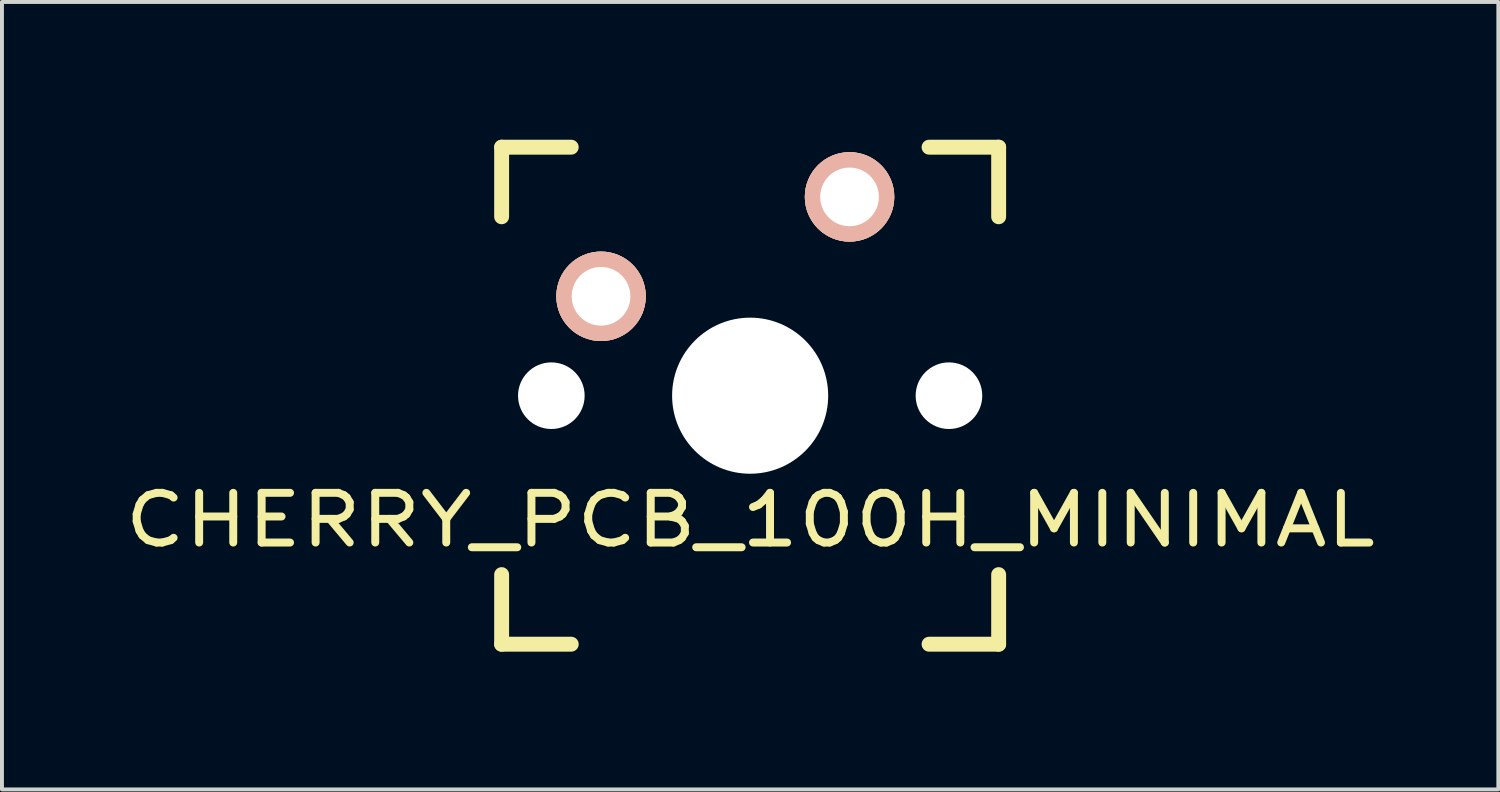
<source format=kicad_pcb>
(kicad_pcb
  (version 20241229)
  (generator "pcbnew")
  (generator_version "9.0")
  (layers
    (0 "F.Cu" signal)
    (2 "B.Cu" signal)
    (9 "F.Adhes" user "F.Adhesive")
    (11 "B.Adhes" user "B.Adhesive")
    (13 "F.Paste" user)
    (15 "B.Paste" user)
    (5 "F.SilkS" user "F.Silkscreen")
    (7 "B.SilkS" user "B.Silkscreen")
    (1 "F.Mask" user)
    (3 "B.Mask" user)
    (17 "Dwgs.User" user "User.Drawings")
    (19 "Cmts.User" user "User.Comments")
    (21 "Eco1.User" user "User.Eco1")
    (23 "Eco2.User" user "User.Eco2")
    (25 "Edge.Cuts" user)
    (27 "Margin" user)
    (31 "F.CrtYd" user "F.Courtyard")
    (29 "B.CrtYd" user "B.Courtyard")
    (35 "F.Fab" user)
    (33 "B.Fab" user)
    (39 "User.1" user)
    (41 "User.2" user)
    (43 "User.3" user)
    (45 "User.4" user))
  (footprint "CHERRY_PCB_100H_MINIMAL"
    (layer "F.Cu")
    (at 16.118 7.061)
    (property "Reference" "CHERRY_PCB_100H_MINIMAL" (at 0 3.175 0) (layer "F.SilkS") (effects (font (size 1.27 1.524) (thickness 0.203))))
    (attr through_hole)
    (fp_line (start -6.35 -6.35) (end -4.572 -6.35) (stroke (width 0.381) (type solid)) (layer "F.SilkS"))
    (fp_line (start -6.35 -4.572) (end -6.35 -6.35) (stroke (width 0.381) (type solid)) (layer "F.SilkS"))
    (fp_line (start -6.35 6.35) (end -6.35 4.572) (stroke (width 0.381) (type solid)) (layer "F.SilkS"))
    (fp_line (start -4.572 6.35) (end -6.35 6.35) (stroke (width 0.381) (type solid)) (layer "F.SilkS"))
    (fp_line (start 4.572 -6.35) (end 6.35 -6.35) (stroke (width 0.381) (type solid)) (layer "F.SilkS"))
    (fp_line (start 6.35 -6.35) (end 6.35 -4.572) (stroke (width 0.381) (type solid)) (layer "F.SilkS"))
    (fp_line (start 6.35 4.572) (end 6.35 6.35) (stroke (width 0.381) (type solid)) (layer "F.SilkS"))
    (fp_line (start 6.35 6.35) (end 4.572 6.35) (stroke (width 0.381) (type solid)) (layer "F.SilkS"))
    (fp_line (start -6.985 -6.985) (end 6.985 -6.985) (stroke (width 0.152) (type solid)) (layer "Eco2.User"))
    (fp_line (start -6.985 6.985) (end -6.985 -6.985) (stroke (width 0.152) (type solid)) (layer "Eco2.User"))
    (fp_line (start 6.985 -6.985) (end 6.985 6.985) (stroke (width 0.152) (type solid)) (layer "Eco2.User"))
    (fp_line (start 6.985 6.985) (end -6.985 6.985) (stroke (width 0.152) (type solid)) (layer "Eco2.User"))
    (pad "" np_thru_hole circle (at -5.08 0) (size 1.702 1.702) (drill 1.702) (layers "*.Cu"))
    (pad "" np_thru_hole circle (at 0 0) (size 3.988 3.988) (drill 3.988) (layers "*.Cu"))
    (pad "" np_thru_hole circle (at 5.08 0) (size 1.702 1.702) (drill 1.702) (layers "*.Cu"))
    (pad "1" thru_hole circle (at 2.54 -5.08) (size 2.286 2.286) (drill 1.499) (layers "*.Cu" "*.SilkS" "*.Mask"))
    (pad "2" thru_hole circle (at -3.81 -2.54) (size 2.286 2.286) (drill 1.499) (layers "*.Cu" "*.SilkS" "*.Mask")))
  (gr_rect
    (start -3 -3)
    (end 35.236 17.122)
    (stroke (width 0.1) (type default))
    (fill no)
    (layer "Edge.Cuts")))
</source>
